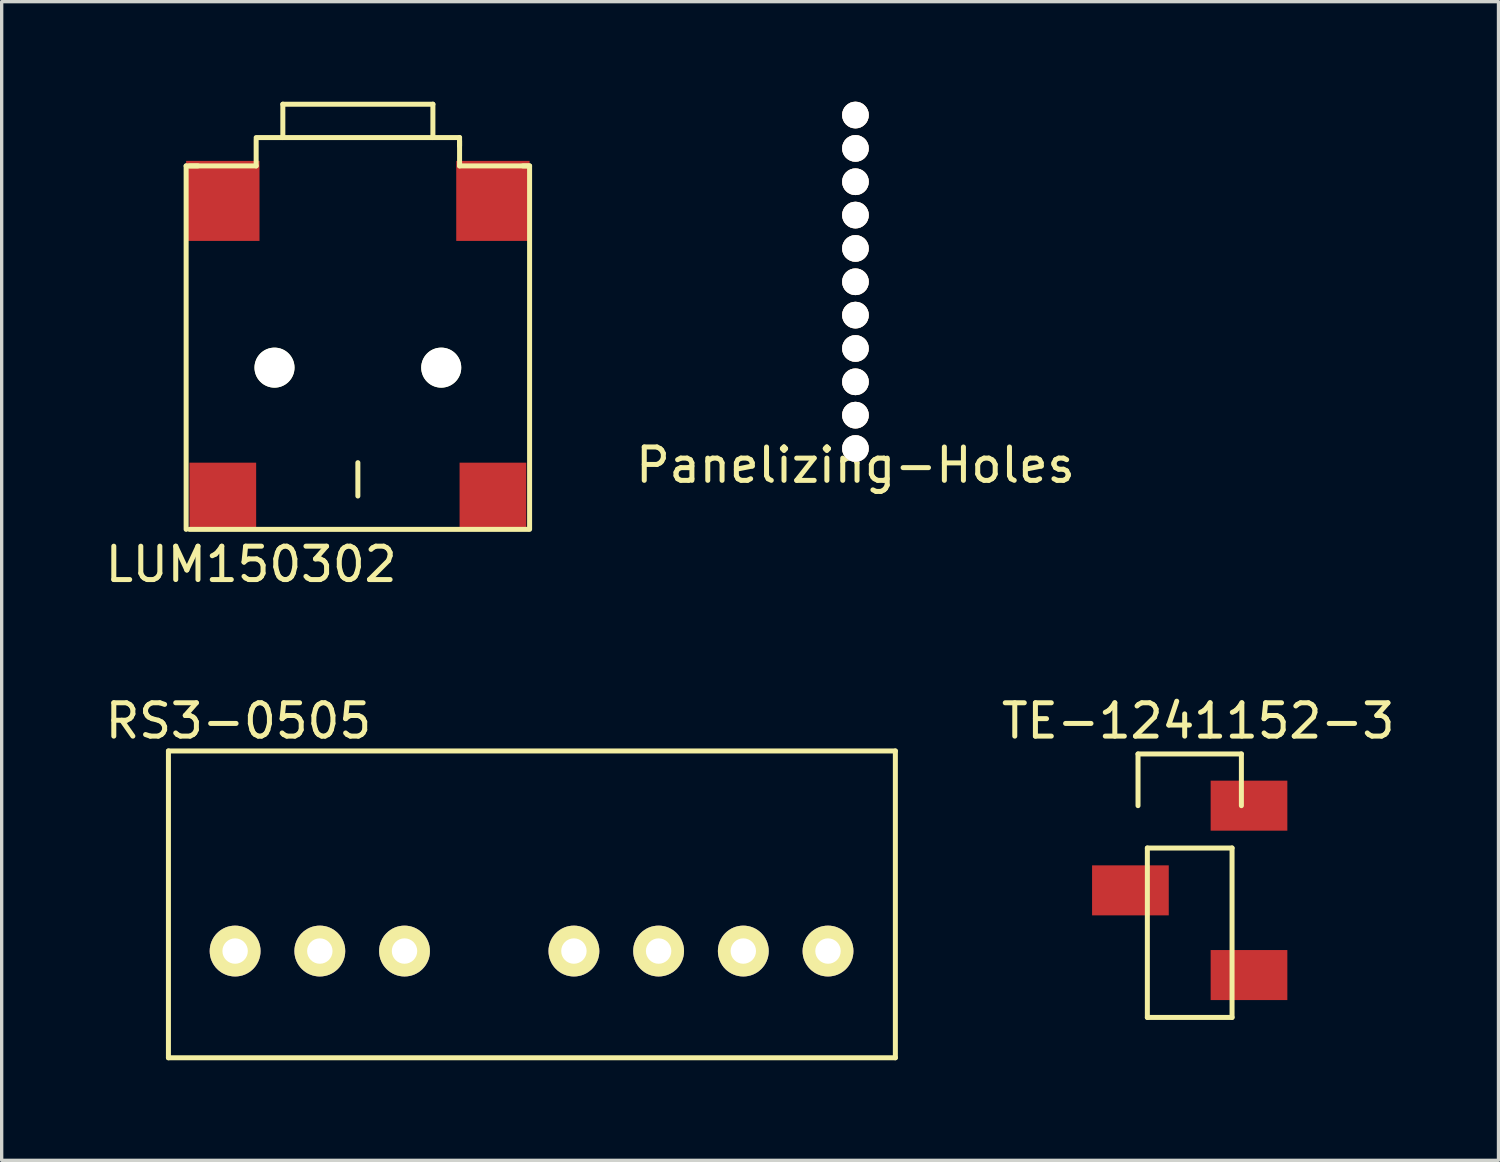
<source format=kicad_pcb>
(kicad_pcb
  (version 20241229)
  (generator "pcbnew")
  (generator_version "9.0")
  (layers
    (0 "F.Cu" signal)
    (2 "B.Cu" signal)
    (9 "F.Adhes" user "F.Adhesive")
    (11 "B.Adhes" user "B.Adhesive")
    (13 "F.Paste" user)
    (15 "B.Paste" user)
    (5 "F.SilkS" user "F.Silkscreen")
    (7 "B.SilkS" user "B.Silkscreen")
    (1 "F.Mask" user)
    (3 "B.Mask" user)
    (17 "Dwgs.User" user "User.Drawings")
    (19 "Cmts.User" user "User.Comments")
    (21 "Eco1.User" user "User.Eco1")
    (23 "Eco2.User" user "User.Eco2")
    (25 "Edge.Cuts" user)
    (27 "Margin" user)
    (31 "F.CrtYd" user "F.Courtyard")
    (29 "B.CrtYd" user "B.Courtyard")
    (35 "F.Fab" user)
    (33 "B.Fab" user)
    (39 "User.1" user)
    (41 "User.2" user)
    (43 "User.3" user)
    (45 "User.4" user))
  (footprint "RS3-0505"
    (layer "F.Cu")
    (at 4.001 25.471)
    (property "Reference" "RS3-0505" (at 0.1 -6.9 0) (layer "F.SilkS") (effects (font (size 1 1) (thickness 0.15))))
    (attr through_hole)
    (fp_line (start -2 -6) (end -2 3.2) (stroke (width 0.15) (type solid)) (layer "F.SilkS"))
    (fp_line (start -2 3.2) (end 19.8 3.2) (stroke (width 0.15) (type solid)) (layer "F.SilkS"))
    (fp_line (start 19.8 -6) (end -2 -6) (stroke (width 0.15) (type solid)) (layer "F.SilkS"))
    (fp_line (start 19.8 3.2) (end 19.8 -6) (stroke (width 0.15) (type solid)) (layer "F.SilkS"))
    (pad "1" thru_hole circle (at 0 0) (size 1.524 1.524) (drill 0.762) (layers "*.Cu" "*.Mask" "F.SilkS"))
    (pad "2" thru_hole circle (at 2.54 0) (size 1.524 1.524) (drill 0.762) (layers "*.Cu" "*.Mask" "F.SilkS"))
    (pad "3" thru_hole circle (at 5.08 0) (size 1.524 1.524) (drill 0.762) (layers "*.Cu" "*.Mask" "F.SilkS"))
    (pad "5" thru_hole circle (at 10.16 0) (size 1.524 1.524) (drill 0.762) (layers "*.Cu" "*.Mask" "F.SilkS"))
    (pad "6" thru_hole circle (at 12.7 0) (size 1.524 1.524) (drill 0.762) (layers "*.Cu" "*.Mask" "F.SilkS"))
    (pad "7" thru_hole circle (at 15.24 0) (size 1.524 1.524) (drill 0.762) (layers "*.Cu" "*.Mask" "F.SilkS"))
    (pad "8" thru_hole circle (at 17.78 0) (size 1.524 1.524) (drill 0.762) (layers "*.Cu" "*.Mask" "F.SilkS")))
  (footprint "Panelizing-Holes"
    (layer "F.Cu")
    (at 22.604 10.4)
    (property "Reference" "Panelizing-Holes" (at 0 0.5 0) (layer "F.SilkS") (effects (font (size 1 1) (thickness 0.15))))
    (attr through_hole)
    (pad "" np_thru_hole circle (at 0 -10) (size 0.8 0.8) (drill 0.8) (layers "*.Cu" "*.SilkS" "*.Mask"))
    (pad "" np_thru_hole circle (at 0 -9) (size 0.8 0.8) (drill 0.8) (layers "*.Cu" "*.SilkS" "*.Mask"))
    (pad "" np_thru_hole circle (at 0 -8) (size 0.8 0.8) (drill 0.8) (layers "*.Cu" "*.SilkS" "*.Mask"))
    (pad "" np_thru_hole circle (at 0 -7) (size 0.8 0.8) (drill 0.8) (layers "*.Cu" "*.SilkS" "*.Mask"))
    (pad "" np_thru_hole circle (at 0 -6) (size 0.8 0.8) (drill 0.8) (layers "*.Cu" "*.SilkS" "*.Mask"))
    (pad "" np_thru_hole circle (at 0 -5) (size 0.8 0.8) (drill 0.8) (layers "*.Cu" "*.SilkS" "*.Mask"))
    (pad "" np_thru_hole circle (at 0 -4) (size 0.8 0.8) (drill 0.8) (layers "*.Cu" "*.SilkS" "*.Mask"))
    (pad "" np_thru_hole circle (at 0 -3) (size 0.8 0.8) (drill 0.8) (layers "*.Cu" "*.SilkS" "*.Mask"))
    (pad "" np_thru_hole circle (at 0 -2) (size 0.8 0.8) (drill 0.8) (layers "*.Cu" "*.SilkS" "*.Mask"))
    (pad "" np_thru_hole circle (at 0 -1) (size 0.8 0.8) (drill 0.8) (layers "*.Cu" "*.SilkS" "*.Mask"))
    (pad "" np_thru_hole circle (at 0 0) (size 0.8 0.8) (drill 0.8) (layers "*.Cu" "*.SilkS" "*.Mask")))
  (footprint "TE-1241152-3"
    (layer "F.Cu")
    (at 32.628 23.651)
    (property "Reference" "TE-1241152-3" (at 0.254 -5.08 0) (layer "F.SilkS") (effects (font (size 1 1) (thickness 0.15))))
    (attr through_hole)
    (fp_line (start -1.55 -4.09) (end 1.55 -4.09) (stroke (width 0.15) (type solid)) (layer "F.SilkS"))
    (fp_line (start -1.55 -2.54) (end -1.55 -4.09) (stroke (width 0.15) (type solid)) (layer "F.SilkS"))
    (fp_line (start -1.27 3.81) (end -1.27 -1.27) (stroke (width 0.15) (type solid)) (layer "F.SilkS"))
    (fp_line (start -1.27 3.81) (end 1.27 3.81) (stroke (width 0.15) (type solid)) (layer "F.SilkS"))
    (fp_line (start 1.27 -1.27) (end -1.27 -1.27) (stroke (width 0.15) (type solid)) (layer "F.SilkS"))
    (fp_line (start 1.27 -1.27) (end 1.27 3.81) (stroke (width 0.15) (type solid)) (layer "F.SilkS"))
    (fp_line (start 1.55 -4.09) (end 1.55 -2.54) (stroke (width 0.15) (type solid)) (layer "F.SilkS"))
    (pad "1" smd rect (at 1.778 -2.54) (size 2.3 1.5) (layers "F.Cu" "F.Mask" "F.Paste"))
    (pad "2" smd rect (at -1.778 0) (size 2.3 1.5) (layers "F.Cu" "F.Mask" "F.Paste"))
    (pad "3" smd rect (at 1.778 2.54) (size 2.3 1.5) (layers "F.Cu" "F.Mask" "F.Paste")))
  (footprint "LUM150302"
    (layer "F.Cu")
    (at 7.682 12.875)
    (property "Reference" "LUM150302" (at -3.2 1 0) (layer "F.SilkS") (effects (font (size 1 1) (thickness 0.15))))
    (attr through_hole)
    (fp_line (start -5.15 -10.95) (end -5.15 -0.05) (stroke (width 0.15) (type solid)) (layer "F.SilkS"))
    (fp_line (start -5.15 -10.95) (end -4.8 -10.95) (stroke (width 0.15) (type solid)) (layer "F.SilkS"))
    (fp_line (start -5.05 -10.95) (end -3.05 -10.95) (stroke (width 0.15) (type solid)) (layer "F.SilkS"))
    (fp_line (start -3.05 -11.8) (end 3.05 -11.8) (stroke (width 0.15) (type solid)) (layer "F.SilkS"))
    (fp_line (start -3.05 -10.95) (end -3.05 -11.75) (stroke (width 0.15) (type solid)) (layer "F.SilkS"))
    (fp_line (start -2.25 -12.8) (end 2.25 -12.8) (stroke (width 0.15) (type solid)) (layer "F.SilkS"))
    (fp_line (start -2.25 -11.8) (end -2.25 -12.8) (stroke (width 0.15) (type solid)) (layer "F.SilkS"))
    (fp_line (start 0 -1.05) (end 0 -2.05) (stroke (width 0.15) (type solid)) (layer "F.SilkS"))
    (fp_line (start 2.25 -12.8) (end 2.25 -11.8) (stroke (width 0.15) (type solid)) (layer "F.SilkS"))
    (fp_line (start 3.05 -11.55) (end 3.05 -11.8) (stroke (width 0.15) (type solid)) (layer "F.SilkS"))
    (fp_line (start 3.05 -10.95) (end 3.05 -11.7) (stroke (width 0.15) (type solid)) (layer "F.SilkS"))
    (fp_line (start 5.1 -10.95) (end 3.05 -10.95) (stroke (width 0.15) (type solid)) (layer "F.SilkS"))
    (fp_line (start 5.1 -0.05) (end -5.05 -0.05) (stroke (width 0.15) (type solid)) (layer "F.SilkS"))
    (fp_line (start 5.15 -10.95) (end 4.95 -10.95) (stroke (width 0.15) (type solid)) (layer "F.SilkS"))
    (fp_line (start 5.15 -0.05) (end 5.15 -10.95) (stroke (width 0.15) (type solid)) (layer "F.SilkS"))
    (pad "" np_thru_hole circle (at -2.5 -4.9) (size 1.2 1.2) (drill 1.2) (layers "*.Cu" "*.Mask" "F.SilkS"))
    (pad "" np_thru_hole circle (at 2.5 -4.9) (size 1.2 1.2) (drill 1.2) (layers "*.Cu" "*.Mask" "F.SilkS"))
    (pad "1" smd rect (at 4.05 -1.05) (size 2 2) (layers "F.Cu" "F.Mask" "F.Paste"))
    (pad "2" smd rect (at -4.05 -9.9) (size 2.2 2.4) (layers "F.Cu" "F.Mask" "F.Paste"))
    (pad "2" smd rect (at 4.05 -9.9) (size 2.2 2.4) (layers "F.Cu" "F.Mask" "F.Paste"))
    (pad "3" smd rect (at -4.05 -1.05) (size 2 2) (layers "F.Cu" "F.Mask" "F.Paste")))
  (gr_rect
    (start -3 -3)
    (end 41.888 31.747)
    (stroke (width 0.1) (type default))
    (fill no)
    (layer "Edge.Cuts")))
</source>
